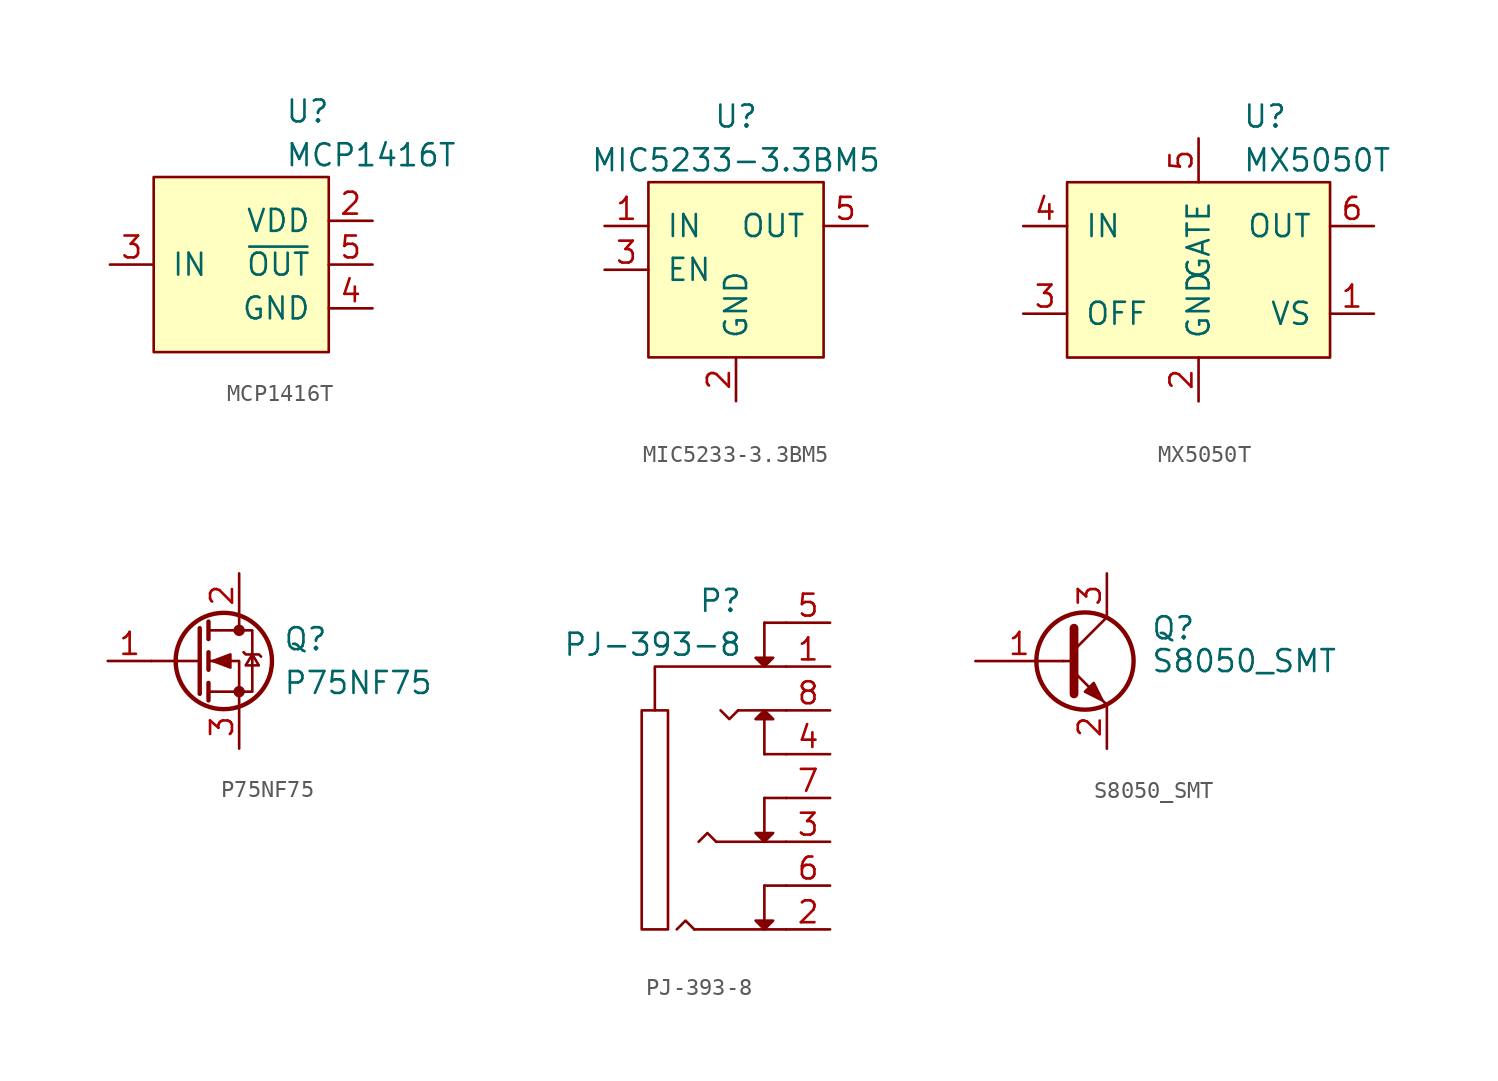
<source format=kicad_sym>
(kicad_symbol_lib
  (version 20231120)
  (generator "kicad_symbol_editor")
  (generator_version "8.0")
  (symbol "MCP1416T"
    (pin_names
      (offset 1.016))
    (property "Reference" "U"
      (at 2.54 8.89 0)
      (effects (font (size 1.27 1.27)) (justify left)))
    (property "Value" "MCP1416T"
      (at 2.54 6.35 0)
      (effects (font (size 1.27 1.27)) (justify left)))
    (symbol "MCP1416T_0_1"
      (rectangle (start -5.08 5.08) (end 5.08 -5.08) (stroke (width 0) (type default)) (fill (type background))))
    (symbol "MCP1416T_1_1"
      (pin no_connect line (at -7.62 2.54 0) (length 2.54) hide (name "NC" (effects (font (size 1.27 1.27)))) (number "1" (effects (font (size 1.27 1.27)))))
      (pin power_in line (at 7.62 2.54 180) (length 2.54) (name "VDD" (effects (font (size 1.27 1.27)))) (number "2" (effects (font (size 1.27 1.27)))))
      (pin input line (at -7.62 0 0) (length 2.54) (name "IN" (effects (font (size 1.27 1.27)))) (number "3" (effects (font (size 1.27 1.27)))))
      (pin power_in line (at 7.62 -2.54 180) (length 2.54) (name "GND" (effects (font (size 1.27 1.27)))) (number "4" (effects (font (size 1.27 1.27)))))
      (pin output line (at 7.62 0 180) (length 2.54) (name "~{OUT}" (effects (font (size 1.27 1.27)))) (number "5" (effects (font (size 1.27 1.27)))))))
  (symbol "MIC5233-3.3BM5"
    (pin_names
      (offset 1.016))
    (property "Reference" "U"
      (at 0 6.35 0)
      (effects (font (size 1.27 1.27))))
    (property "Value" "MIC5233-3.3BM5"
      (at 0 3.81 0)
      (effects (font (size 1.27 1.27))))
    (symbol "MIC5233-3.3BM5_0_1"
      (rectangle (start -5.08 2.54) (end 5.08 -7.62) (stroke (width 0) (type default)) (fill (type background))))
    (symbol "MIC5233-3.3BM5_1_1"
      (pin power_in line (at -7.62 0 0) (length 2.54) (name "IN" (effects (font (size 1.27 1.27)))) (number "1" (effects (font (size 1.27 1.27)))))
      (pin power_in line (at 0 -10.16 90) (length 2.54) (name "GND" (effects (font (size 1.27 1.27)))) (number "2" (effects (font (size 1.27 1.27)))))
      (pin input line (at -7.62 -2.54 0) (length 2.54) (name "EN" (effects (font (size 1.27 1.27)))) (number "3" (effects (font (size 1.27 1.27)))))
      (pin no_connect line (at 7.62 -2.54 180) (length 2.54) hide (name "NC" (effects (font (size 1.27 1.27)))) (number "4" (effects (font (size 1.27 1.27)))))
      (pin input line (at 7.62 0 180) (length 2.54) (name "OUT" (effects (font (size 1.27 1.27)))) (number "5" (effects (font (size 1.27 1.27)))))))
  (symbol "MX5050T"
    (pin_names
      (offset 1.016))
    (property "Reference" "U"
      (at 2.54 8.89 0)
      (effects (font (size 1.27 1.27)) (justify left)))
    (property "Value" "MX5050T"
      (at 2.54 6.35 0)
      (effects (font (size 1.27 1.27)) (justify left)))
    (symbol "MX5050T_0_1"
      (rectangle (start -7.62 5.08) (end 7.62 -5.08) (stroke (width 0) (type default)) (fill (type background))))
    (symbol "MX5050T_1_1"
      (pin input line (at 10.16 -2.54 180) (length 2.54) (name "VS" (effects (font (size 1.27 1.27)))) (number "1" (effects (font (size 1.27 1.27)))))
      (pin power_in line (at 0 -7.62 90) (length 2.54) (name "GND" (effects (font (size 1.27 1.27)))) (number "2" (effects (font (size 1.27 1.27)))))
      (pin input line (at -10.16 -2.54 0) (length 2.54) (name "OFF" (effects (font (size 1.27 1.27)))) (number "3" (effects (font (size 1.27 1.27)))))
      (pin power_in line (at -10.16 2.54 0) (length 2.54) (name "IN" (effects (font (size 1.27 1.27)))) (number "4" (effects (font (size 1.27 1.27)))))
      (pin output line (at 0 7.62 270) (length 2.54) (name "GATE" (effects (font (size 1.27 1.27)))) (number "5" (effects (font (size 1.27 1.27)))))
      (pin input line (at 10.16 2.54 180) (length 2.54) (name "OUT" (effects (font (size 1.27 1.27)))) (number "6" (effects (font (size 1.27 1.27)))))))
  (symbol "P75NF75"
    (pin_names
      (offset 0) hide)
    (property "Reference" "Q"
      (at 5.08 1.27 0)
      (effects (font (size 1.27 1.27)) (justify left)))
    (property "Value" "P75NF75"
      (at 5.08 -1.27 0)
      (effects (font (size 1.27 1.27)) (justify left)))
    (symbol "P75NF75_0_1"
      (polyline (pts (xy 0.254 0) (xy -2.54 0)) (stroke (width 0) (type default)) (fill (type none)))
      (polyline (pts (xy 0.254 1.905) (xy 0.254 -1.905)) (stroke (width 0.254) (type default)) (fill (type none)))
      (polyline (pts (xy 0.762 -1.27) (xy 0.762 -2.286)) (stroke (width 0.254) (type default)) (fill (type none)))
      (polyline (pts (xy 0.762 0.508) (xy 0.762 -0.508)) (stroke (width 0.254) (type default)) (fill (type none)))
      (polyline (pts (xy 0.762 2.286) (xy 0.762 1.27)) (stroke (width 0.254) (type default)) (fill (type none)))
      (polyline (pts (xy 2.54 2.54) (xy 2.54 1.778)) (stroke (width 0) (type default)) (fill (type none)))
      (polyline (pts (xy 2.54 -2.54) (xy 2.54 0) (xy 0.762 0)) (stroke (width 0) (type default)) (fill (type none)))
      (polyline (pts (xy 0.762 -1.778) (xy 3.302 -1.778) (xy 3.302 1.778) (xy 0.762 1.778)) (stroke (width 0) (type default)) (fill (type none)))
      (polyline (pts (xy 1.016 0) (xy 2.032 0.381) (xy 2.032 -0.381) (xy 1.016 0)) (stroke (width 0) (type default)) (fill (type outline)))
      (polyline (pts (xy 2.794 0.508) (xy 2.921 0.381) (xy 3.683 0.381) (xy 3.81 0.254)) (stroke (width 0) (type default)) (fill (type none)))
      (polyline (pts (xy 3.302 0.381) (xy 2.921 -0.254) (xy 3.683 -0.254) (xy 3.302 0.381)) (stroke (width 0) (type default)) (fill (type none)))
      (circle (center 1.651 0) (radius 2.794) (stroke (width 0.254) (type default)) (fill (type none)))
      (circle (center 2.54 -1.778) (radius 0.254) (stroke (width 0) (type default)) (fill (type outline)))
      (circle (center 2.54 1.778) (radius 0.254) (stroke (width 0) (type default)) (fill (type outline))))
    (symbol "P75NF75_1_1"
      (pin input line (at -5.08 0 0) (length 2.54) (name "G" (effects (font (size 1.27 1.27)))) (number "1" (effects (font (size 1.27 1.27)))))
      (pin passive line (at 2.54 5.08 270) (length 2.54) (name "D" (effects (font (size 1.27 1.27)))) (number "2" (effects (font (size 1.27 1.27)))))
      (pin passive line (at 2.54 -5.08 90) (length 2.54) (name "S" (effects (font (size 1.27 1.27)))) (number "3" (effects (font (size 1.27 1.27)))))))
  (symbol "PJ-393-8"
    (pin_names
      (offset 1.016) hide)
    (property "Reference" "P"
      (at -5.08 11.43 0)
      (effects (font (size 1.27 1.27)) (justify right)))
    (property "Value" "PJ-393-8"
      (at -5.08 8.89 0)
      (effects (font (size 1.27 1.27)) (justify right)))
    (symbol "PJ-393-8_0_1"
      (rectangle (start -10.922 5.08) (end -9.398 -7.62) (stroke (width 0) (type default)) (fill (type none)))
      (polyline (pts (xy -3.81 -7.112) (xy -3.81 -5.08)) (stroke (width 0) (type default)) (fill (type none)))
      (polyline (pts (xy -3.81 -2.032) (xy -3.81 0)) (stroke (width 0) (type default)) (fill (type none)))
      (polyline (pts (xy -3.81 2.54) (xy -3.81 4.572)) (stroke (width 0) (type default)) (fill (type none)))
      (polyline (pts (xy -3.81 8.128) (xy -3.81 10.16)) (stroke (width 0) (type default)) (fill (type none)))
      (polyline (pts (xy -8.89 -7.62) (xy -8.382 -7.112) (xy -7.874 -7.62)) (stroke (width 0) (type default)) (fill (type none)))
      (polyline (pts (xy -6.604 -2.54) (xy -7.112 -2.032) (xy -7.62 -2.54)) (stroke (width 0) (type default)) (fill (type none)))
      (polyline (pts (xy -5.334 5.08) (xy -5.842 4.572) (xy -6.35 5.08)) (stroke (width 0) (type default)) (fill (type none))))
    (symbol "PJ-393-8_1_1"
      (polyline (pts (xy -7.874 -7.62) (xy -2.54 -7.62)) (stroke (width 0) (type default)) (fill (type none)))
      (polyline (pts (xy -6.604 -2.54) (xy -2.54 -2.54)) (stroke (width 0) (type default)) (fill (type none)))
      (polyline (pts (xy -5.334 5.08) (xy -2.54 5.08)) (stroke (width 0) (type default)) (fill (type none)))
      (polyline (pts (xy -3.81 0) (xy -2.54 0)) (stroke (width 0) (type default)) (fill (type none)))
      (polyline (pts (xy -3.81 2.54) (xy -2.54 2.54)) (stroke (width 0) (type default)) (fill (type none)))
      (polyline (pts (xy -3.81 10.16) (xy -2.54 10.16)) (stroke (width 0) (type default)) (fill (type none)))
      (polyline (pts (xy -3.81 -5.08) (xy -2.794 -5.08) (xy -2.54 -5.08)) (stroke (width 0) (type default)) (fill (type none)))
      (polyline (pts (xy -2.54 7.62) (xy -10.16 7.62) (xy -10.16 5.08)) (stroke (width 0) (type default)) (fill (type none)))
      (polyline (pts (xy -4.318 -7.112) (xy -3.302 -7.112) (xy -3.81 -7.62) (xy -4.318 -7.112)) (stroke (width 0) (type default)) (fill (type outline)))
      (polyline (pts (xy -4.318 -2.032) (xy -3.302 -2.032) (xy -3.81 -2.54) (xy -4.318 -2.032)) (stroke (width 0) (type default)) (fill (type outline)))
      (polyline (pts (xy -4.318 4.572) (xy -3.302 4.572) (xy -3.81 5.08) (xy -4.318 4.572)) (stroke (width 0) (type default)) (fill (type outline)))
      (polyline (pts (xy -4.318 8.128) (xy -3.302 8.128) (xy -3.81 7.62) (xy -4.318 8.128)) (stroke (width 0) (type default)) (fill (type outline)))
      (pin input line (at 0 7.62 180) (length 2.54) (name "1" (effects (font (size 1.27 1.27)))) (number "1" (effects (font (size 1.27 1.27)))))
      (pin input line (at 0 -7.62 180) (length 2.54) (name "2" (effects (font (size 1.27 1.27)))) (number "2" (effects (font (size 1.27 1.27)))))
      (pin input line (at 0 -2.54 180) (length 2.54) (name "3" (effects (font (size 1.27 1.27)))) (number "3" (effects (font (size 1.27 1.27)))))
      (pin input line (at 0 2.54 180) (length 2.54) (name "4" (effects (font (size 1.27 1.27)))) (number "4" (effects (font (size 1.27 1.27)))))
      (pin input line (at 0 10.16 180) (length 2.54) (name "5" (effects (font (size 1.27 1.27)))) (number "5" (effects (font (size 1.27 1.27)))))
      (pin input line (at 0 -5.08 180) (length 2.54) (name "6" (effects (font (size 1.27 1.27)))) (number "6" (effects (font (size 1.27 1.27)))))
      (pin input line (at 0 0 180) (length 2.54) (name "7" (effects (font (size 1.27 1.27)))) (number "7" (effects (font (size 1.27 1.27)))))
      (pin input line (at 0 5.08 180) (length 2.54) (name "8" (effects (font (size 1.27 1.27)))) (number "8" (effects (font (size 1.27 1.27)))))))
  (symbol "S8050_SMT"
    (pin_names
      (offset 0) hide)
    (property "Reference" "Q"
      (at 5.08 1.905 0)
      (effects (font (size 1.27 1.27)) (justify left)))
    (property "Value" "S8050_SMT"
      (at 5.08 0 0)
      (effects (font (size 1.27 1.27)) (justify left)))
    (symbol "S8050_SMT_0_1"
      (polyline (pts (xy 0 0) (xy 0.635 0)) (stroke (width 0) (type default)) (fill (type none)))
      (polyline (pts (xy 0.635 0.635) (xy 2.54 2.54)) (stroke (width 0) (type default)) (fill (type none)))
      (polyline (pts (xy 0.635 -0.635) (xy 2.54 -2.54) (xy 2.54 -2.54)) (stroke (width 0) (type default)) (fill (type none)))
      (polyline (pts (xy 0.635 1.905) (xy 0.635 -1.905) (xy 0.635 -1.905)) (stroke (width 0.508) (type default)) (fill (type none)))
      (polyline (pts (xy 1.27 -1.778) (xy 1.778 -1.27) (xy 2.286 -2.286) (xy 1.27 -1.778) (xy 1.27 -1.778)) (stroke (width 0) (type default)) (fill (type outline)))
      (circle (center 1.27 0) (radius 2.819) (stroke (width 0.254) (type default)) (fill (type none))))
    (symbol "S8050_SMT_1_1"
      (pin input line (at -5.08 0 0) (length 5.08) (name "B" (effects (font (size 1.27 1.27)))) (number "1" (effects (font (size 1.27 1.27)))))
      (pin passive line (at 2.54 -5.08 90) (length 2.54) (name "E" (effects (font (size 1.27 1.27)))) (number "2" (effects (font (size 1.27 1.27)))))
      (pin passive line (at 2.54 5.08 270) (length 2.54) (name "C" (effects (font (size 1.27 1.27)))) (number "3" (effects (font (size 1.27 1.27))))))))
</source>
